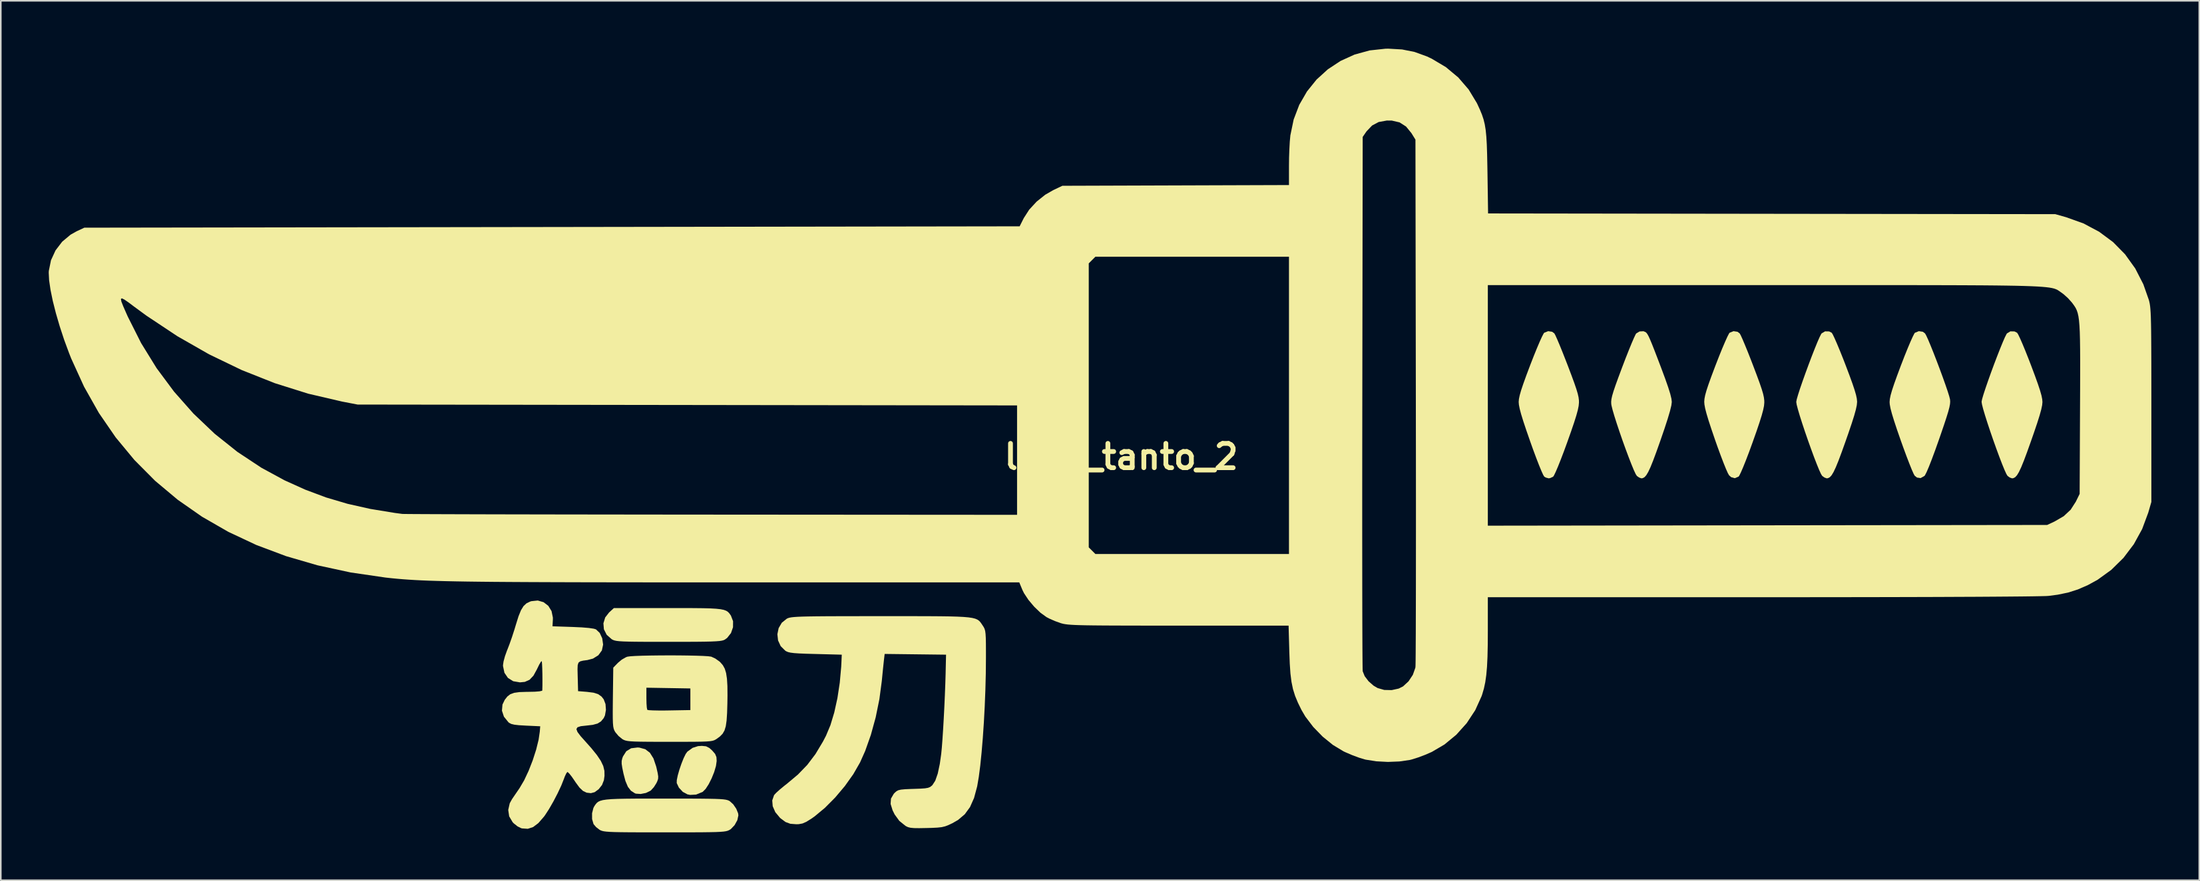
<source format=kicad_pcb>
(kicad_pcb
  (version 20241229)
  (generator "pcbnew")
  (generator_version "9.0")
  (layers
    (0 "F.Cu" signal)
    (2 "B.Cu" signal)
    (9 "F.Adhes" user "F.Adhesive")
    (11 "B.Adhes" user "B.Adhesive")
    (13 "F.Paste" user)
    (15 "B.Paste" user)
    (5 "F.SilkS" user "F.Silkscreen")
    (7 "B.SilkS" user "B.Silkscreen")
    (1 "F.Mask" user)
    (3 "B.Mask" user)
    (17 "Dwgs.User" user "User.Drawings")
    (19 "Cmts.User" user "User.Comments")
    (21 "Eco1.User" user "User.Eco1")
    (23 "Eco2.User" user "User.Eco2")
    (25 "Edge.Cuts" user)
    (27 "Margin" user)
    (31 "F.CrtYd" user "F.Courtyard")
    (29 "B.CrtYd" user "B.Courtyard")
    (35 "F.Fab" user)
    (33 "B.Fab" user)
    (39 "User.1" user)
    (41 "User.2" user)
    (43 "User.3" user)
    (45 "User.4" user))
  (footprint "logo_tanto_2"
    (layer "F.Cu")
    (at 67.125 25.567)
    (property "Reference" "logo_tanto_2" (at 0 0 0) (layer "F.SilkS") (effects (font (size 1.524 1.524) (thickness 0.3))))
    (attr board_only exclude_from_pos_files exclude_from_bom)
    (fp_poly (pts (xy -25.985 18.145) (xy -25.779 18.249) (xy -25.603 18.407) (xy -25.418 18.621) (xy -25.335 18.822) (xy -25.32 19.063) (xy -25.364 19.378) (xy -25.475 19.756) (xy -25.634 20.151) (xy -25.819 20.519) (xy -26.01 20.814) (xy -26.188 20.994) (xy -26.204 21.004) (xy -26.608 21.171) (xy -26.984 21.191) (xy -27.152 21.156) (xy -27.44 21) (xy -27.684 20.738) (xy -27.82 20.45) (xy -27.816 20.264) (xy -27.756 19.971) (xy -27.655 19.615) (xy -27.528 19.242) (xy -27.392 18.898) (xy -27.26 18.627) (xy -27.158 18.484) (xy -26.83 18.244) (xy -26.486 18.134) (xy -26.244 18.119)) (stroke (width 0) (type solid)) (fill yes) (layer "F.SilkS"))
    (fp_poly (pts (xy -30.151 18.228) (xy -29.787 18.329) (xy -29.499 18.55) (xy -29.276 18.906) (xy -29.106 19.411) (xy -29.086 19.492) (xy -29.012 19.82) (xy -28.979 20.035) (xy -28.987 20.191) (xy -29.037 20.337) (xy -29.093 20.455) (xy -29.249 20.702) (xy -29.431 20.903) (xy -29.466 20.931) (xy -29.747 21.068) (xy -30.076 21.133) (xy -30.371 21.113) (xy -30.438 21.09) (xy -30.684 20.932) (xy -30.876 20.685) (xy -31.03 20.32) (xy -31.152 19.857) (xy -31.228 19.492) (xy -31.266 19.243) (xy -31.266 19.063) (xy -31.23 18.905) (xy -31.184 18.78) (xy -30.977 18.455) (xy -30.673 18.268) (xy -30.27 18.219)) (stroke (width 0) (type solid)) (fill yes) (layer "F.SilkS"))
    (fp_poly (pts (xy -27.52 9.483) (xy -26.79 9.486) (xy -26.197 9.492) (xy -25.726 9.504) (xy -25.359 9.525) (xy -25.08 9.555) (xy -24.874 9.597) (xy -24.725 9.652) (xy -24.615 9.723) (xy -24.53 9.812) (xy -24.453 9.92) (xy -24.427 9.959) (xy -24.294 10.305) (xy -24.297 10.685) (xy -24.424 11.05) (xy -24.663 11.353) (xy -24.811 11.461) (xy -24.887 11.496) (xy -24.995 11.525) (xy -25.151 11.549) (xy -25.371 11.566) (xy -25.672 11.58) (xy -26.071 11.589) (xy -26.583 11.595) (xy -27.227 11.598) (xy -28.017 11.599) (xy -28.334 11.599) (xy -29.17 11.599) (xy -29.854 11.597) (xy -30.402 11.593) (xy -30.832 11.586) (xy -31.161 11.576) (xy -31.405 11.561) (xy -31.582 11.541) (xy -31.709 11.515) (xy -31.803 11.482) (xy -31.881 11.441) (xy -31.894 11.433) (xy -32.205 11.157) (xy -32.378 10.814) (xy -32.409 10.44) (xy -32.296 10.07) (xy -32.053 9.758) (xy -31.752 9.483) (xy -28.403 9.483)) (stroke (width 0) (type solid)) (fill yes) (layer "F.SilkS"))
    (fp_poly (pts (xy 55.907 -7.85) (xy 56.07 -7.768) (xy 56.138 -7.662) (xy 56.254 -7.42) (xy 56.409 -7.066) (xy 56.592 -6.623) (xy 56.794 -6.114) (xy 56.933 -5.754) (xy 57.181 -5.092) (xy 57.37 -4.566) (xy 57.506 -4.156) (xy 57.595 -3.842) (xy 57.643 -3.604) (xy 57.658 -3.426) (xy 57.639 -3.229) (xy 57.581 -2.954) (xy 57.479 -2.584) (xy 57.327 -2.102) (xy 57.121 -1.492) (xy 56.94 -0.974) (xy 56.695 -0.288) (xy 56.493 0.252) (xy 56.326 0.663) (xy 56.185 0.962) (xy 56.063 1.164) (xy 55.95 1.286) (xy 55.839 1.344) (xy 55.753 1.355) (xy 55.612 1.303) (xy 55.476 1.206) (xy 55.4 1.084) (xy 55.282 0.825) (xy 55.132 0.458) (xy 54.959 0.008) (xy 54.772 -0.5) (xy 54.58 -1.038) (xy 54.393 -1.58) (xy 54.22 -2.101) (xy 54.07 -2.573) (xy 53.951 -2.972) (xy 53.875 -3.27) (xy 53.848 -3.439) (xy 53.878 -3.598) (xy 53.961 -3.886) (xy 54.088 -4.274) (xy 54.247 -4.736) (xy 54.428 -5.244) (xy 54.621 -5.769) (xy 54.817 -6.283) (xy 55.004 -6.76) (xy 55.172 -7.172) (xy 55.31 -7.49) (xy 55.41 -7.686) (xy 55.437 -7.726) (xy 55.651 -7.855)) (stroke (width 0) (type solid)) (fill yes) (layer "F.SilkS"))
    (fp_poly (pts (xy 26.97 -7.829) (xy 27.109 -7.726) (xy 27.174 -7.607) (xy 27.288 -7.353) (xy 27.442 -6.99) (xy 27.624 -6.541) (xy 27.825 -6.03) (xy 27.947 -5.715) (xy 28.181 -5.097) (xy 28.359 -4.612) (xy 28.487 -4.236) (xy 28.573 -3.947) (xy 28.624 -3.719) (xy 28.647 -3.531) (xy 28.649 -3.387) (xy 28.63 -3.186) (xy 28.577 -2.924) (xy 28.484 -2.583) (xy 28.345 -2.142) (xy 28.155 -1.583) (xy 27.909 -0.889) (xy 27.705 -0.331) (xy 27.511 0.177) (xy 27.338 0.612) (xy 27.193 0.951) (xy 27.087 1.172) (xy 27.036 1.249) (xy 26.853 1.337) (xy 26.755 1.355) (xy 26.574 1.306) (xy 26.477 1.249) (xy 26.412 1.143) (xy 26.301 0.899) (xy 26.153 0.54) (xy 25.978 0.088) (xy 25.784 -0.433) (xy 25.606 -0.931) (xy 25.359 -1.641) (xy 25.169 -2.211) (xy 25.031 -2.658) (xy 24.94 -3.001) (xy 24.89 -3.256) (xy 24.876 -3.429) (xy 24.891 -3.613) (xy 24.941 -3.853) (xy 25.031 -4.169) (xy 25.169 -4.58) (xy 25.359 -5.107) (xy 25.604 -5.757) (xy 25.814 -6.296) (xy 26.012 -6.784) (xy 26.188 -7.199) (xy 26.332 -7.517) (xy 26.435 -7.715) (xy 26.474 -7.768) (xy 26.722 -7.866)) (stroke (width 0) (type solid)) (fill yes) (layer "F.SilkS"))
    (fp_poly (pts (xy 44.308 -7.85) (xy 44.467 -7.768) (xy 44.534 -7.662) (xy 44.649 -7.42) (xy 44.804 -7.066) (xy 44.988 -6.624) (xy 45.191 -6.116) (xy 45.33 -5.757) (xy 45.577 -5.104) (xy 45.765 -4.586) (xy 45.9 -4.182) (xy 45.99 -3.872) (xy 46.04 -3.635) (xy 46.057 -3.451) (xy 46.057 -3.429) (xy 46.038 -3.23) (xy 45.979 -2.952) (xy 45.875 -2.577) (xy 45.721 -2.089) (xy 45.512 -1.472) (xy 45.338 -0.974) (xy 45.093 -0.288) (xy 44.891 0.253) (xy 44.723 0.664) (xy 44.582 0.963) (xy 44.46 1.165) (xy 44.347 1.287) (xy 44.237 1.344) (xy 44.154 1.355) (xy 44.012 1.303) (xy 43.875 1.206) (xy 43.798 1.084) (xy 43.68 0.826) (xy 43.53 0.458) (xy 43.356 0.008) (xy 43.17 -0.499) (xy 42.978 -1.037) (xy 42.791 -1.579) (xy 42.618 -2.1) (xy 42.468 -2.572) (xy 42.351 -2.97) (xy 42.274 -3.268) (xy 42.249 -3.435) (xy 42.279 -3.595) (xy 42.362 -3.883) (xy 42.487 -4.273) (xy 42.646 -4.735) (xy 42.827 -5.242) (xy 43.02 -5.767) (xy 43.214 -6.282) (xy 43.401 -6.759) (xy 43.568 -7.17) (xy 43.707 -7.488) (xy 43.807 -7.685) (xy 43.835 -7.726) (xy 44.053 -7.855)) (stroke (width 0) (type solid)) (fill yes) (layer "F.SilkS"))
    (fp_poly (pts (xy 32.817 -7.809) (xy 32.874 -7.76) (xy 32.934 -7.679) (xy 33.007 -7.546) (xy 33.1 -7.343) (xy 33.221 -7.052) (xy 33.378 -6.654) (xy 33.579 -6.131) (xy 33.786 -5.588) (xy 34.04 -4.904) (xy 34.23 -4.361) (xy 34.361 -3.944) (xy 34.435 -3.639) (xy 34.459 -3.432) (xy 34.431 -3.211) (xy 34.346 -2.86) (xy 34.202 -2.373) (xy 33.997 -1.743) (xy 33.74 -0.996) (xy 33.495 -0.306) (xy 33.293 0.238) (xy 33.126 0.653) (xy 32.985 0.954) (xy 32.863 1.159) (xy 32.752 1.283) (xy 32.642 1.343) (xy 32.554 1.355) (xy 32.413 1.303) (xy 32.275 1.206) (xy 32.197 1.084) (xy 32.077 0.826) (xy 31.926 0.459) (xy 31.752 0.01) (xy 31.564 -0.494) (xy 31.372 -1.027) (xy 31.187 -1.563) (xy 31.016 -2.075) (xy 30.869 -2.537) (xy 30.756 -2.922) (xy 30.686 -3.204) (xy 30.67 -3.305) (xy 30.665 -3.448) (xy 30.682 -3.614) (xy 30.729 -3.825) (xy 30.811 -4.103) (xy 30.935 -4.47) (xy 31.108 -4.949) (xy 31.336 -5.56) (xy 31.362 -5.629) (xy 31.571 -6.176) (xy 31.769 -6.676) (xy 31.944 -7.105) (xy 32.088 -7.439) (xy 32.19 -7.655) (xy 32.231 -7.722) (xy 32.442 -7.849) (xy 32.688 -7.862)) (stroke (width 0) (type solid)) (fill yes) (layer "F.SilkS"))
    (fp_poly (pts (xy 38.57 -7.829) (xy 38.709 -7.726) (xy 38.775 -7.607) (xy 38.89 -7.353) (xy 39.043 -6.99) (xy 39.226 -6.541) (xy 39.427 -6.03) (xy 39.548 -5.715) (xy 39.782 -5.096) (xy 39.96 -4.61) (xy 40.088 -4.233) (xy 40.174 -3.943) (xy 40.224 -3.715) (xy 40.247 -3.525) (xy 40.249 -3.387) (xy 40.231 -3.186) (xy 40.178 -2.926) (xy 40.086 -2.586) (xy 39.949 -2.148) (xy 39.761 -1.591) (xy 39.515 -0.896) (xy 39.514 -0.892) (xy 39.3 -0.305) (xy 39.101 0.216) (xy 38.926 0.653) (xy 38.783 0.984) (xy 38.681 1.19) (xy 38.64 1.246) (xy 38.4 1.347) (xy 38.175 1.282) (xy 38.044 1.164) (xy 37.969 1.033) (xy 37.85 0.766) (xy 37.697 0.387) (xy 37.519 -0.079) (xy 37.325 -0.608) (xy 37.181 -1.016) (xy 36.945 -1.707) (xy 36.764 -2.258) (xy 36.634 -2.691) (xy 36.548 -3.023) (xy 36.502 -3.274) (xy 36.49 -3.444) (xy 36.504 -3.627) (xy 36.548 -3.855) (xy 36.63 -4.15) (xy 36.756 -4.532) (xy 36.932 -5.023) (xy 37.166 -5.646) (xy 37.215 -5.773) (xy 37.424 -6.309) (xy 37.621 -6.795) (xy 37.797 -7.207) (xy 37.94 -7.523) (xy 38.04 -7.718) (xy 38.078 -7.768) (xy 38.322 -7.866)) (stroke (width 0) (type solid)) (fill yes) (layer "F.SilkS"))
    (fp_poly (pts (xy 50.17 -7.829) (xy 50.309 -7.726) (xy 50.385 -7.592) (xy 50.506 -7.327) (xy 50.661 -6.957) (xy 50.84 -6.511) (xy 51.032 -6.016) (xy 51.227 -5.501) (xy 51.414 -4.993) (xy 51.582 -4.52) (xy 51.722 -4.111) (xy 51.822 -3.792) (xy 51.872 -3.593) (xy 51.874 -3.581) (xy 51.883 -3.449) (xy 51.871 -3.293) (xy 51.832 -3.09) (xy 51.761 -2.822) (xy 51.652 -2.467) (xy 51.5 -2.004) (xy 51.298 -1.412) (xy 51.182 -1.078) (xy 50.946 -0.413) (xy 50.734 0.159) (xy 50.553 0.623) (xy 50.408 0.962) (xy 50.305 1.163) (xy 50.271 1.206) (xy 50.031 1.34) (xy 49.803 1.305) (xy 49.66 1.189) (xy 49.591 1.065) (xy 49.477 0.805) (xy 49.327 0.432) (xy 49.15 -0.029) (xy 48.956 -0.555) (xy 48.8 -0.99) (xy 48.556 -1.692) (xy 48.37 -2.255) (xy 48.235 -2.695) (xy 48.147 -3.032) (xy 48.101 -3.281) (xy 48.091 -3.427) (xy 48.106 -3.612) (xy 48.154 -3.85) (xy 48.243 -4.163) (xy 48.378 -4.571) (xy 48.566 -5.094) (xy 48.812 -5.753) (xy 48.814 -5.757) (xy 49.022 -6.296) (xy 49.219 -6.784) (xy 49.394 -7.199) (xy 49.537 -7.517) (xy 49.638 -7.715) (xy 49.677 -7.768) (xy 49.922 -7.866)) (stroke (width 0) (type solid)) (fill yes) (layer "F.SilkS"))
    (fp_poly (pts (xy -28.558 21.421) (xy -27.654 21.421) (xy -26.904 21.423) (xy -26.292 21.426) (xy -25.802 21.432) (xy -25.42 21.44) (xy -25.128 21.452) (xy -24.912 21.468) (xy -24.756 21.489) (xy -24.645 21.516) (xy -24.563 21.548) (xy -24.504 21.58) (xy -24.285 21.778) (xy -24.095 22.056) (xy -23.978 22.343) (xy -23.961 22.473) (xy -24.027 22.775) (xy -24.198 23.085) (xy -24.429 23.328) (xy -24.485 23.366) (xy -24.557 23.406) (xy -24.639 23.44) (xy -24.746 23.467) (xy -24.895 23.489) (xy -25.1 23.505) (xy -25.378 23.518) (xy -25.745 23.526) (xy -26.215 23.532) (xy -26.804 23.535) (xy -27.529 23.536) (xy -28.405 23.537) (xy -28.575 23.537) (xy -29.48 23.536) (xy -30.231 23.535) (xy -30.844 23.532) (xy -31.335 23.527) (xy -31.719 23.519) (xy -32.011 23.507) (xy -32.228 23.491) (xy -32.386 23.47) (xy -32.498 23.444) (xy -32.583 23.412) (xy -32.654 23.373) (xy -32.655 23.372) (xy -32.867 23.208) (xy -33.02 23.028) (xy -33.029 23.013) (xy -33.118 22.705) (xy -33.119 22.341) (xy -33.035 22.007) (xy -32.979 21.901) (xy -32.905 21.791) (xy -32.83 21.699) (xy -32.739 21.624) (xy -32.616 21.564) (xy -32.447 21.517) (xy -32.215 21.482) (xy -31.907 21.456) (xy -31.508 21.439) (xy -31.001 21.429) (xy -30.372 21.423) (xy -29.606 21.421) (xy -28.687 21.421)) (stroke (width 0) (type solid)) (fill yes) (layer "F.SilkS"))
    (fp_poly (pts (xy -27.695 12.45) (xy -27.122 12.457) (xy -26.604 12.468) (xy -26.17 12.483) (xy -25.847 12.503) (xy -25.665 12.528) (xy -25.659 12.529) (xy -25.411 12.643) (xy -25.154 12.825) (xy -25.091 12.882) (xy -24.933 13.064) (xy -24.814 13.28) (xy -24.73 13.555) (xy -24.676 13.911) (xy -24.648 14.372) (xy -24.643 14.963) (xy -24.65 15.453) (xy -24.668 16.065) (xy -24.699 16.534) (xy -24.75 16.888) (xy -24.83 17.153) (xy -24.946 17.355) (xy -25.107 17.522) (xy -25.311 17.674) (xy -25.394 17.727) (xy -25.481 17.769) (xy -25.591 17.802) (xy -25.743 17.826) (xy -25.957 17.843) (xy -26.252 17.854) (xy -26.648 17.86) (xy -27.163 17.863) (xy -27.817 17.864) (xy -28.27 17.864) (xy -29.017 17.864) (xy -29.615 17.861) (xy -30.081 17.856) (xy -30.436 17.847) (xy -30.698 17.832) (xy -30.888 17.812) (xy -31.024 17.784) (xy -31.125 17.748) (xy -31.211 17.702) (xy -31.222 17.696) (xy -31.461 17.501) (xy -31.662 17.262) (xy -31.668 17.252) (xy -31.724 17.152) (xy -31.766 17.04) (xy -31.795 16.894) (xy -31.813 16.688) (xy -31.822 16.399) (xy -31.824 16.002) (xy -31.82 15.474) (xy -31.816 15.096) (xy -31.808 14.474) (xy -29.718 14.474) (xy -29.718 15.139) (xy -29.711 15.46) (xy -29.693 15.713) (xy -29.666 15.852) (xy -29.659 15.863) (xy -29.559 15.882) (xy -29.319 15.895) (xy -28.971 15.902) (xy -28.545 15.902) (xy -28.284 15.898) (xy -26.966 15.875) (xy -26.966 14.52) (xy -28.342 14.497) (xy -29.718 14.474) (xy -31.808 14.474) (xy -31.792 13.217) (xy -31.5 12.915) (xy -31.259 12.714) (xy -30.998 12.564) (xy -30.907 12.53) (xy -30.73 12.506) (xy -30.413 12.485) (xy -29.982 12.469) (xy -29.467 12.458) (xy -28.896 12.451) (xy -28.296 12.448)) (stroke (width 0) (type solid)) (fill yes) (layer "F.SilkS"))
    (fp_poly (pts (xy -36.154 9.115) (xy -35.858 9.343) (xy -35.655 9.673) (xy -35.571 10.081) (xy -35.572 10.201) (xy -35.595 10.626) (xy -34.329 10.668) (xy -33.761 10.694) (xy -33.316 10.731) (xy -33.011 10.776) (xy -32.873 10.819) (xy -32.639 11.042) (xy -32.483 11.379) (xy -32.427 11.773) (xy -32.505 12.139) (xy -32.724 12.439) (xy -33.061 12.65) (xy -33.406 12.741) (xy -33.682 12.778) (xy -33.863 12.823) (xy -33.969 12.905) (xy -34.018 13.058) (xy -34.029 13.311) (xy -34.02 13.698) (xy -34.018 13.778) (xy -33.994 14.69) (xy -33.443 14.734) (xy -33.027 14.786) (xy -32.735 14.879) (xy -32.525 15.03) (xy -32.39 15.202) (xy -32.277 15.5) (xy -32.251 15.863) (xy -32.311 16.21) (xy -32.39 16.379) (xy -32.56 16.584) (xy -32.774 16.719) (xy -33.074 16.801) (xy -33.485 16.848) (xy -33.828 16.886) (xy -34.032 16.954) (xy -34.099 17.068) (xy -34.032 17.247) (xy -33.835 17.509) (xy -33.624 17.745) (xy -33.163 18.263) (xy -32.816 18.693) (xy -32.572 19.057) (xy -32.419 19.379) (xy -32.346 19.684) (xy -32.34 19.994) (xy -32.378 20.269) (xy -32.495 20.568) (xy -32.703 20.833) (xy -32.957 21.019) (xy -33.192 21.082) (xy -33.458 21.051) (xy -33.685 20.943) (xy -33.907 20.732) (xy -34.155 20.394) (xy -34.205 20.317) (xy -34.389 20.05) (xy -34.545 19.853) (xy -34.647 19.758) (xy -34.665 19.754) (xy -34.733 19.843) (xy -34.827 20.042) (xy -34.89 20.212) (xy -35.05 20.615) (xy -35.276 21.095) (xy -35.538 21.599) (xy -35.809 22.072) (xy -36.059 22.458) (xy -36.131 22.556) (xy -36.481 22.958) (xy -36.811 23.207) (xy -37.14 23.314) (xy -37.492 23.291) (xy -37.562 23.273) (xy -37.784 23.162) (xy -38.02 22.974) (xy -38.091 22.899) (xy -38.306 22.536) (xy -38.366 22.132) (xy -38.271 21.714) (xy -38.128 21.454) (xy -37.934 21.17) (xy -37.721 20.859) (xy -37.658 20.767) (xy -37.371 20.279) (xy -37.09 19.681) (xy -36.833 19.022) (xy -36.618 18.354) (xy -36.464 17.728) (xy -36.391 17.23) (xy -36.364 16.891) (xy -37.266 16.849) (xy -37.691 16.824) (xy -37.982 16.791) (xy -38.176 16.744) (xy -38.307 16.675) (xy -38.354 16.637) (xy -38.635 16.29) (xy -38.76 15.913) (xy -38.726 15.527) (xy -38.584 15.233) (xy -38.421 15.025) (xy -38.238 14.883) (xy -37.999 14.795) (xy -37.67 14.749) (xy -37.214 14.734) (xy -37.105 14.733) (xy -36.707 14.725) (xy -36.416 14.702) (xy -36.257 14.668) (xy -36.234 14.647) (xy -36.226 14.335) (xy -36.225 13.973) (xy -36.228 13.602) (xy -36.237 13.261) (xy -36.249 12.991) (xy -36.263 12.832) (xy -36.271 12.807) (xy -36.325 12.855) (xy -36.425 13.023) (xy -36.55 13.279) (xy -36.568 13.318) (xy -36.788 13.721) (xy -37.031 13.977) (xy -37.328 14.109) (xy -37.634 14.139) (xy -38.056 14.067) (xy -38.385 13.86) (xy -38.603 13.539) (xy -38.692 13.12) (xy -38.693 13.062) (xy -38.659 12.827) (xy -38.571 12.503) (xy -38.447 12.155) (xy -38.426 12.106) (xy -38.289 11.751) (xy -38.13 11.3) (xy -37.975 10.82) (xy -37.882 10.511) (xy -37.721 9.996) (xy -37.569 9.621) (xy -37.41 9.361) (xy -37.225 9.188) (xy -36.997 9.077) (xy -36.92 9.052) (xy -36.517 9.01)) (stroke (width 0) (type solid)) (fill yes) (layer "F.SilkS"))
    (fp_poly (pts (xy -12.901 9.991) (xy -12.054 9.993) (xy -11.34 9.998) (xy -10.745 10.006) (xy -10.259 10.02) (xy -9.867 10.04) (xy -9.558 10.067) (xy -9.32 10.103) (xy -9.141 10.148) (xy -9.007 10.204) (xy -8.907 10.271) (xy -8.828 10.352) (xy -8.758 10.446) (xy -8.685 10.556) (xy -8.673 10.573) (xy -8.604 10.68) (xy -8.552 10.787) (xy -8.515 10.919) (xy -8.491 11.101) (xy -8.476 11.359) (xy -8.469 11.718) (xy -8.467 12.204) (xy -8.467 12.614) (xy -8.476 13.594) (xy -8.502 14.61) (xy -8.543 15.637) (xy -8.597 16.649) (xy -8.663 17.622) (xy -8.739 18.53) (xy -8.822 19.348) (xy -8.913 20.051) (xy -9.008 20.612) (xy -9.02 20.673) (xy -9.211 21.384) (xy -9.464 21.954) (xy -9.793 22.405) (xy -10.213 22.761) (xy -10.565 22.963) (xy -10.813 23.08) (xy -11.022 23.16) (xy -11.237 23.211) (xy -11.503 23.24) (xy -11.863 23.258) (xy -12.19 23.266) (xy -12.646 23.274) (xy -12.968 23.27) (xy -13.191 23.249) (xy -13.349 23.209) (xy -13.479 23.146) (xy -13.504 23.13) (xy -13.889 22.818) (xy -14.181 22.416) (xy -14.31 22.156) (xy -14.433 21.757) (xy -14.411 21.422) (xy -14.239 21.125) (xy -14.172 21.053) (xy -14.068 20.961) (xy -13.952 20.899) (xy -13.788 20.86) (xy -13.539 20.836) (xy -13.17 20.819) (xy -12.994 20.814) (xy -12.571 20.799) (xy -12.282 20.779) (xy -12.09 20.746) (xy -11.96 20.694) (xy -11.857 20.614) (xy -11.816 20.574) (xy -11.638 20.299) (xy -11.484 19.857) (xy -11.355 19.25) (xy -11.267 18.627) (xy -11.229 18.242) (xy -11.189 17.721) (xy -11.148 17.096) (xy -11.108 16.401) (xy -11.07 15.668) (xy -11.037 14.929) (xy -11.01 14.219) (xy -10.99 13.569) (xy -10.989 13.504) (xy -10.964 12.404) (xy -12.885 12.381) (xy -14.806 12.358) (xy -14.849 12.72) (xy -14.874 12.953) (xy -14.911 13.303) (xy -14.952 13.718) (xy -14.985 14.055) (xy -15.136 15.193) (xy -15.368 16.333) (xy -15.669 17.429) (xy -16.026 18.439) (xy -16.347 19.159) (xy -16.769 19.893) (xy -17.299 20.639) (xy -17.903 21.355) (xy -18.545 22.001) (xy -19.191 22.538) (xy -19.399 22.684) (xy -19.707 22.876) (xy -19.947 22.981) (xy -20.181 23.024) (xy -20.335 23.029) (xy -20.71 23) (xy -21.008 22.89) (xy -21.305 22.671) (xy -21.365 22.617) (xy -21.651 22.272) (xy -21.813 21.9) (xy -21.842 21.536) (xy -21.73 21.212) (xy -21.712 21.186) (xy -21.589 21.053) (xy -21.367 20.853) (xy -21.084 20.619) (xy -20.929 20.498) (xy -20.234 19.915) (xy -19.648 19.308) (xy -19.137 18.632) (xy -18.667 17.847) (xy -18.478 17.484) (xy -18.201 16.823) (xy -17.961 16.028) (xy -17.763 15.129) (xy -17.616 14.161) (xy -17.525 13.154) (xy -17.511 12.869) (xy -17.491 12.404) (xy -19.138 12.361) (xy -19.72 12.345) (xy -20.158 12.327) (xy -20.477 12.305) (xy -20.703 12.276) (xy -20.86 12.238) (xy -20.974 12.188) (xy -21.023 12.158) (xy -21.313 11.871) (xy -21.478 11.513) (xy -21.52 11.123) (xy -21.442 10.741) (xy -21.245 10.404) (xy -20.933 10.151) (xy -20.91 10.139) (xy -20.841 10.109) (xy -20.753 10.084) (xy -20.633 10.062) (xy -20.469 10.045) (xy -20.247 10.03) (xy -19.955 10.018) (xy -19.58 10.009) (xy -19.111 10.002) (xy -18.533 9.997) (xy -17.836 9.994) (xy -17.005 9.992) (xy -16.029 9.991) (xy -15.041 9.991) (xy -13.893 9.991)) (stroke (width 0) (type solid)) (fill yes) (layer "F.SilkS"))
    (fp_poly (pts (xy 17.58 -25.518) (xy 18.359 -25.362) (xy 19.121 -25.086) (xy 19.431 -24.941) (xy 20.321 -24.41) (xy 21.095 -23.764) (xy 21.743 -23.012) (xy 22.256 -22.164) (xy 22.3 -22.073) (xy 22.454 -21.737) (xy 22.578 -21.434) (xy 22.677 -21.138) (xy 22.753 -20.826) (xy 22.81 -20.475) (xy 22.851 -20.061) (xy 22.881 -19.559) (xy 22.901 -18.947) (xy 22.916 -18.2) (xy 22.923 -17.803) (xy 22.961 -15.243) (xy 40.712 -15.22) (xy 58.462 -15.198) (xy 59.14 -15.006) (xy 60.224 -14.618) (xy 61.204 -14.097) (xy 62.075 -13.45) (xy 62.83 -12.682) (xy 63.464 -11.798) (xy 63.973 -10.804) (xy 64.318 -9.821) (xy 64.348 -9.706) (xy 64.374 -9.58) (xy 64.396 -9.43) (xy 64.414 -9.244) (xy 64.43 -9.008) (xy 64.442 -8.711) (xy 64.452 -8.339) (xy 64.46 -7.881) (xy 64.465 -7.322) (xy 64.469 -6.652) (xy 64.472 -5.856) (xy 64.473 -4.923) (xy 64.474 -3.84) (xy 64.474 -3.217) (xy 64.474 2.836) (xy 64.279 3.508) (xy 63.898 4.533) (xy 63.377 5.482) (xy 62.729 6.339) (xy 61.968 7.088) (xy 61.106 7.713) (xy 60.501 8.044) (xy 59.875 8.317) (xy 59.266 8.511) (xy 58.607 8.647) (xy 58.039 8.721) (xy 57.865 8.731) (xy 57.528 8.739) (xy 57.032 8.748) (xy 56.384 8.756) (xy 55.588 8.763) (xy 54.652 8.77) (xy 53.579 8.777) (xy 52.377 8.782) (xy 51.049 8.788) (xy 49.603 8.792) (xy 48.043 8.796) (xy 46.376 8.799) (xy 44.606 8.801) (xy 42.739 8.803) (xy 40.782 8.804) (xy 40.111 8.804) (xy 22.945 8.805) (xy 22.945 10.903) (xy 22.94 11.793) (xy 22.924 12.537) (xy 22.894 13.159) (xy 22.848 13.681) (xy 22.785 14.128) (xy 22.701 14.522) (xy 22.595 14.886) (xy 22.552 15.011) (xy 22.157 15.883) (xy 21.624 16.694) (xy 20.974 17.419) (xy 20.231 18.032) (xy 19.442 18.496) (xy 19.027 18.677) (xy 18.584 18.844) (xy 18.187 18.969) (xy 18.06 19.001) (xy 17.414 19.095) (xy 16.691 19.124) (xy 15.967 19.086) (xy 15.316 18.984) (xy 15.255 18.97) (xy 14.884 18.858) (xy 14.444 18.694) (xy 14.015 18.509) (xy 13.901 18.454) (xy 13.247 18.058) (xy 12.605 17.537) (xy 12.018 16.932) (xy 11.526 16.285) (xy 11.284 15.873) (xy 11.057 15.409) (xy 10.881 14.983) (xy 10.75 14.562) (xy 10.656 14.108) (xy 10.591 13.589) (xy 10.549 12.968) (xy 10.522 12.255) (xy 10.475 10.583) (xy 3.594 10.583) (xy 2.35 10.583) (xy 1.263 10.583) (xy 0.322 10.581) (xy -0.485 10.579) (xy -1.169 10.575) (xy -1.742 10.57) (xy -2.216 10.563) (xy -2.602 10.554) (xy -2.912 10.543) (xy -3.157 10.529) (xy -3.351 10.513) (xy -3.503 10.493) (xy -3.625 10.471) (xy -3.731 10.444) (xy -3.799 10.424) (xy -4.15 10.297) (xy -4.5 10.143) (xy -4.683 10.047) (xy -5.061 9.771) (xy -5.451 9.394) (xy -5.808 8.97) (xy -6.086 8.549) (xy -6.185 8.347) (xy -6.381 7.874) (xy -24.04 7.874) (xy -26.201 7.873) (xy -28.201 7.873) (xy -30.046 7.872) (xy -31.744 7.87) (xy -33.302 7.868) (xy -34.728 7.864) (xy -36.029 7.86) (xy -37.212 7.855) (xy -38.285 7.849) (xy -39.256 7.842) (xy -40.131 7.833) (xy -40.918 7.823) (xy -41.624 7.811) (xy -42.257 7.798) (xy -42.824 7.783) (xy -43.333 7.767) (xy -43.791 7.748) (xy -44.205 7.727) (xy -44.583 7.704) (xy -44.933 7.679) (xy -45.26 7.652) (xy -45.574 7.622) (xy -45.881 7.59) (xy -46.059 7.57) (xy -48.232 7.252) (xy -50.304 6.804) (xy -52.272 6.23) (xy -53.734 5.68) (xy -2.032 5.68) (xy -1.824 5.888) (xy -1.616 6.096) (xy 10.499 6.096) (xy 10.499 4.389) (xy 15.083 4.389) (xy 15.084 5.758) (xy 15.085 7.043) (xy 15.086 8.234) (xy 15.088 9.325) (xy 15.09 10.306) (xy 15.093 11.169) (xy 15.096 11.907) (xy 15.1 12.51) (xy 15.104 12.971) (xy 15.108 13.28) (xy 15.113 13.431) (xy 15.114 13.443) (xy 15.238 13.751) (xy 15.478 14.068) (xy 15.791 14.344) (xy 16.044 14.494) (xy 16.463 14.614) (xy 16.926 14.624) (xy 17.366 14.528) (xy 17.638 14.392) (xy 17.983 14.073) (xy 18.252 13.666) (xy 18.405 13.234) (xy 18.415 13.175) (xy 18.42 13.056) (xy 18.425 12.776) (xy 18.429 12.344) (xy 18.432 11.767) (xy 18.436 11.055) (xy 18.438 10.215) (xy 18.441 9.257) (xy 18.443 8.187) (xy 18.444 7.016) (xy 18.445 5.75) (xy 18.446 4.4) (xy 18.446 4.321) (xy 22.945 4.321) (xy 40.45 4.298) (xy 57.954 4.276) (xy 58.424 4.055) (xy 58.99 3.726) (xy 59.421 3.324) (xy 59.743 2.823) (xy 59.75 2.809) (xy 59.986 2.328) (xy 60.01 -3.039) (xy 60.015 -4.182) (xy 60.018 -5.169) (xy 60.019 -6.013) (xy 60.015 -6.727) (xy 60.007 -7.324) (xy 59.994 -7.817) (xy 59.973 -8.219) (xy 59.945 -8.543) (xy 59.908 -8.802) (xy 59.861 -9.01) (xy 59.803 -9.18) (xy 59.734 -9.324) (xy 59.651 -9.455) (xy 59.555 -9.588) (xy 59.495 -9.667) (xy 59.257 -9.934) (xy 58.981 -10.182) (xy 58.872 -10.263) (xy 58.792 -10.319) (xy 58.72 -10.371) (xy 58.65 -10.418) (xy 58.576 -10.462) (xy 58.489 -10.501) (xy 58.383 -10.537) (xy 58.251 -10.569) (xy 58.086 -10.598) (xy 57.881 -10.623) (xy 57.629 -10.646) (xy 57.323 -10.666) (xy 56.957 -10.683) (xy 56.523 -10.698) (xy 56.014 -10.711) (xy 55.424 -10.721) (xy 54.745 -10.73) (xy 53.971 -10.737) (xy 53.094 -10.742) (xy 52.108 -10.746) (xy 51.006 -10.749) (xy 49.781 -10.751) (xy 48.425 -10.752) (xy 46.932 -10.753) (xy 45.295 -10.753) (xy 43.507 -10.753) (xy 41.561 -10.753) (xy 40.241 -10.753) (xy 22.945 -10.753) (xy 22.945 4.321) (xy 18.446 4.321) (xy 18.446 2.972) (xy 18.445 1.475) (xy 18.444 -0.081) (xy 18.442 -1.69) (xy 18.44 -3.342) (xy 18.44 -3.52) (xy 18.415 -19.868) (xy 18.161 -20.278) (xy 17.826 -20.689) (xy 17.42 -20.949) (xy 16.932 -21.062) (xy 16.626 -21.064) (xy 16.114 -20.972) (xy 15.7 -20.752) (xy 15.355 -20.388) (xy 15.317 -20.334) (xy 15.113 -20.036) (xy 15.089 -3.435) (xy 15.087 -1.767) (xy 15.085 -0.143) (xy 15.084 1.431) (xy 15.083 2.944) (xy 15.083 4.389) (xy 10.499 4.389) (xy 10.499 -12.531) (xy -1.616 -12.531) (xy -1.824 -12.323) (xy -2.032 -12.115) (xy -2.032 5.68) (xy -53.734 5.68) (xy -54.132 5.531) (xy -55.885 4.707) (xy -57.526 3.762) (xy -59.053 2.696) (xy -60.466 1.511) (xy -61.76 0.208) (xy -62.934 -1.21) (xy -63.986 -2.742) (xy -64.914 -4.387) (xy -65.714 -6.143) (xy -65.849 -6.483) (xy -66.16 -7.326) (xy -66.437 -8.17) (xy -66.676 -8.989) (xy -66.871 -9.76) (xy -66.897 -9.886) (xy -62.607 -9.886) (xy -62.579 -9.726) (xy -62.465 -9.433) (xy -62.275 -8.998) (xy -62.176 -8.777) (xy -61.344 -7.122) (xy -60.375 -5.551) (xy -59.278 -4.074) (xy -58.065 -2.701) (xy -56.743 -1.442) (xy -55.324 -0.308) (xy -53.816 0.691) (xy -52.366 1.479) (xy -51.069 2.065) (xy -49.766 2.553) (xy -48.422 2.951) (xy -47 3.271) (xy -45.464 3.523) (xy -45 3.584) (xy -44.893 3.587) (xy -44.624 3.59) (xy -44.201 3.593) (xy -43.631 3.596) (xy -42.923 3.599) (xy -42.085 3.602) (xy -41.122 3.605) (xy -40.045 3.608) (xy -38.859 3.611) (xy -37.573 3.613) (xy -36.195 3.616) (xy -34.731 3.618) (xy -33.191 3.62) (xy -31.581 3.622) (xy -29.909 3.624) (xy -28.183 3.626) (xy -26.41 3.627) (xy -25.633 3.628) (xy -6.519 3.641) (xy -6.519 -3.214) (xy -47.794 -3.268) (xy -48.768 -3.456) (xy -50.887 -3.95) (xy -52.983 -4.61) (xy -55.051 -5.432) (xy -57.082 -6.412) (xy -59.069 -7.548) (xy -61.005 -8.835) (xy -61.753 -9.384) (xy -62.125 -9.663) (xy -62.387 -9.845) (xy -62.546 -9.923) (xy -62.607 -9.886) (xy -66.897 -9.886) (xy -67.014 -10.457) (xy -67.101 -11.057) (xy -67.125 -11.534) (xy -67.119 -11.644) (xy -66.984 -12.311) (xy -66.699 -12.929) (xy -66.284 -13.472) (xy -65.757 -13.913) (xy -65.379 -14.125) (xy -64.897 -14.351) (xy -35.627 -14.393) (xy -6.358 -14.436) (xy -6.099 -14.952) (xy -5.76 -15.48) (xy -5.297 -15.982) (xy -4.755 -16.416) (xy -4.258 -16.703) (xy -3.683 -16.976) (xy 3.408 -16.999) (xy 10.499 -17.022) (xy 10.499 -18.229) (xy 10.505 -18.74) (xy 10.524 -19.264) (xy 10.55 -19.741) (xy 10.584 -20.112) (xy 10.587 -20.139) (xy 10.792 -21.127) (xy 11.142 -22.047) (xy 11.625 -22.885) (xy 12.226 -23.632) (xy 12.932 -24.274) (xy 13.731 -24.801) (xy 14.608 -25.199) (xy 15.55 -25.458) (xy 16.544 -25.565) (xy 16.722 -25.567)) (stroke (width 0) (type solid)) (fill yes) (layer "F.SilkS")))
  (gr_rect
    (start -3 -3)
    (end 134.599 52.104)
    (stroke (width 0.1) (type default))
    (fill no)
    (layer "Edge.Cuts")))
</source>
